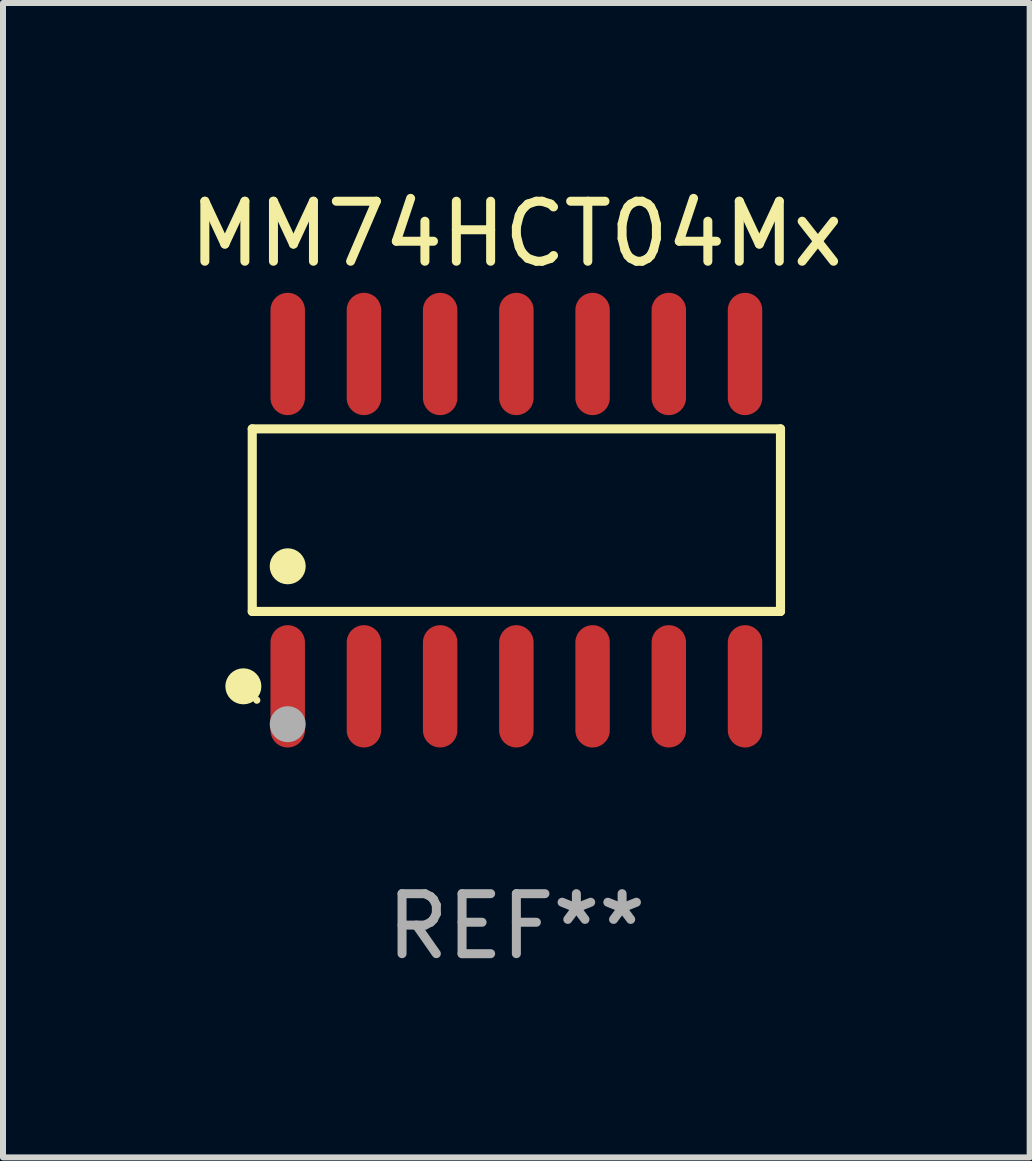
<source format=kicad_pcb>
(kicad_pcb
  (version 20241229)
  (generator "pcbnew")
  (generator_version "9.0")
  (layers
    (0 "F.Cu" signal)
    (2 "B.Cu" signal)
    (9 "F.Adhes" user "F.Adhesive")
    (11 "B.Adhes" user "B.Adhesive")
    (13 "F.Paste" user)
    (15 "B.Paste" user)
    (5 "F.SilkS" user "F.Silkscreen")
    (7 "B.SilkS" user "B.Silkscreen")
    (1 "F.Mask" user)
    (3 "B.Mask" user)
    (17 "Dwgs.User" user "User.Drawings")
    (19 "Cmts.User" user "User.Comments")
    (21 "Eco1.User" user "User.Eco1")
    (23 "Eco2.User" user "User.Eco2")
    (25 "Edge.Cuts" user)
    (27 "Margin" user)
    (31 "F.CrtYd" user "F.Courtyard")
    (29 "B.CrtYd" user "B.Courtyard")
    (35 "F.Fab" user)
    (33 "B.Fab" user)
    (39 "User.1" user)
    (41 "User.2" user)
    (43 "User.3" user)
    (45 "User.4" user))
  (footprint "MM74HCT04Mx"
    (layer "F.Cu")
    (at 5.554 5.617)
    (property "Reference" "MM74HCT04Mx" (at 0 -4.769 0) (layer "F.SilkS") (effects (font (size 1 1) (thickness 0.15))))
    (attr through_hole)
    (fp_line (start -4.401 -1.521) (end 4.401 -1.521) (stroke (width 0.152) (type solid)) (layer "F.SilkS"))
    (fp_line (start -4.401 1.521) (end -4.401 -1.521) (stroke (width 0.152) (type solid)) (layer "F.SilkS"))
    (fp_line (start 4.401 -1.521) (end 4.401 1.521) (stroke (width 0.152) (type solid)) (layer "F.SilkS"))
    (fp_line (start 4.401 1.521) (end -4.401 1.521) (stroke (width 0.152) (type solid)) (layer "F.SilkS"))
    (fp_circle (center -4.549 2.769) (end -4.399 2.769) (stroke (width 0.3) (type solid)) (fill no) (layer "F.SilkS"))
    (fp_circle (center -4.325 3) (end -4.295 3) (stroke (width 0.06) (type solid)) (fill no) (layer "F.SilkS"))
    (fp_circle (center -3.81 0.769) (end -3.66 0.769) (stroke (width 0.3) (type solid)) (fill no) (layer "F.SilkS"))
    (fp_circle (center -3.81 3.4) (end -3.66 3.4) (stroke (width 0.3) (type solid)) (fill no) (layer "F.Fab"))
    (fp_text user "REF**" (at 0 6.769 0) (layer "F.Fab") (effects (font (size 1 1) (thickness 0.15))))
    (pad "1" smd oval (at -3.81 2.769) (size 0.574 2.038) (layers "F.Cu" "F.Mask" "F.Paste"))
    (pad "2" smd oval (at -2.54 2.769) (size 0.574 2.038) (layers "F.Cu" "F.Mask" "F.Paste"))
    (pad "3" smd oval (at -1.27 2.769) (size 0.574 2.038) (layers "F.Cu" "F.Mask" "F.Paste"))
    (pad "4" smd oval (at 0 2.769) (size 0.574 2.038) (layers "F.Cu" "F.Mask" "F.Paste"))
    (pad "5" smd oval (at 1.27 2.769) (size 0.574 2.038) (layers "F.Cu" "F.Mask" "F.Paste"))
    (pad "6" smd oval (at 2.54 2.769) (size 0.574 2.038) (layers "F.Cu" "F.Mask" "F.Paste"))
    (pad "7" smd oval (at 3.81 2.769) (size 0.574 2.038) (layers "F.Cu" "F.Mask" "F.Paste"))
    (pad "8" smd oval (at 3.81 -2.769) (size 0.574 2.038) (layers "F.Cu" "F.Mask" "F.Paste"))
    (pad "9" smd oval (at 2.54 -2.769) (size 0.574 2.038) (layers "F.Cu" "F.Mask" "F.Paste"))
    (pad "10" smd oval (at 1.27 -2.769) (size 0.574 2.038) (layers "F.Cu" "F.Mask" "F.Paste"))
    (pad "11" smd oval (at 0 -2.769) (size 0.574 2.038) (layers "F.Cu" "F.Mask" "F.Paste"))
    (pad "12" smd oval (at -1.27 -2.769) (size 0.574 2.038) (layers "F.Cu" "F.Mask" "F.Paste"))
    (pad "13" smd oval (at -2.54 -2.769) (size 0.574 2.038) (layers "F.Cu" "F.Mask" "F.Paste"))
    (pad "14" smd oval (at -3.81 -2.769) (size 0.574 2.038) (layers "F.Cu" "F.Mask" "F.Paste")))
  (gr_rect
    (start -3 -3)
    (end 14.107 16.235)
    (stroke (width 0.1) (type default))
    (fill no)
    (layer "Edge.Cuts")))
</source>
